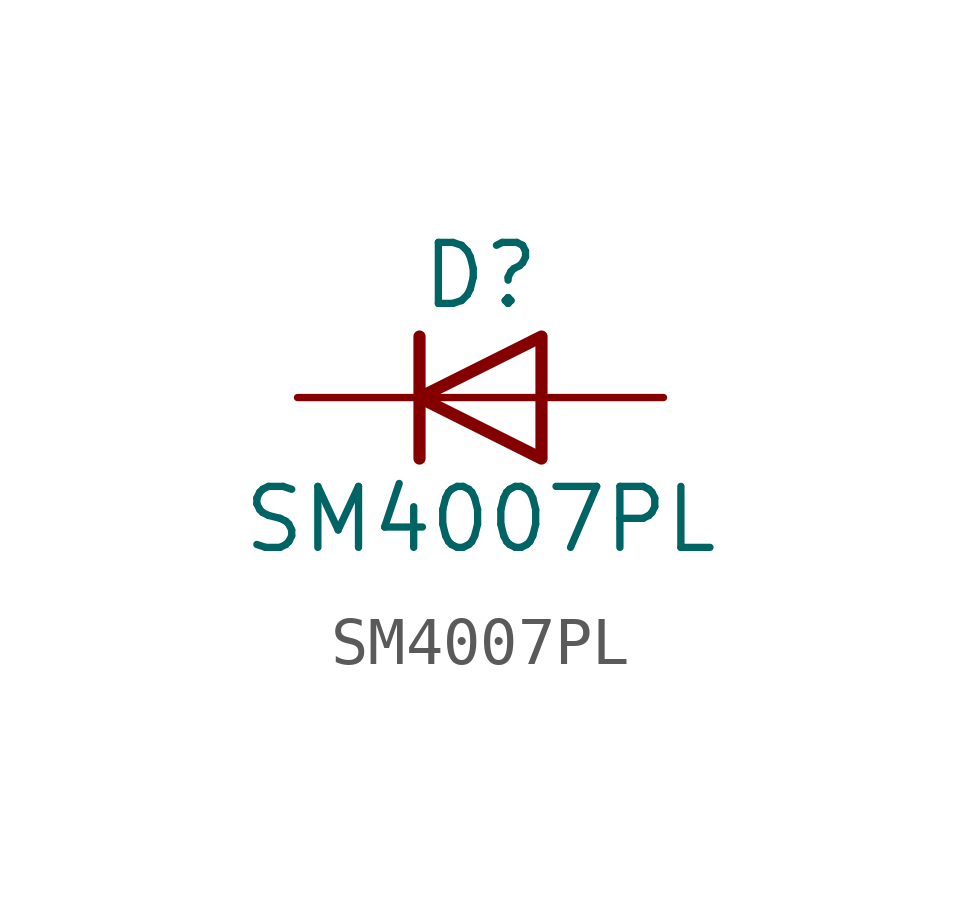
<source format=kicad_sym>
(kicad_symbol_lib
  (version 20211014)
  (symbol "SM4007PL"
    (pin_numbers
      (hide yes))
    (pin_names
      (offset 1.016)
      (hide yes))
    (property "Reference" "D"
      (at 0 2.54 0)
      (effects (font (size 1.27 1.27))))
    (property "Value" "SM4007PL"
      (at 0 -2.54 0)
      (effects (font (size 1.27 1.27))))
    (symbol "SM4007PL_0_1"
      (polyline (pts (xy -1.27 1.27) (xy -1.27 -1.27)) (stroke (width 0.254) (type default)) (fill (type none)))
      (polyline (pts (xy 1.27 1.27) (xy 1.27 -1.27) (xy -1.27 0) (xy 1.27 1.27)) (stroke (width 0.254) (type default)) (fill (type none)))
      (polyline (pts (xy 1.27 0) (xy -1.27 0)) (stroke (width 0) (type default)) (fill (type none))))
    (symbol "SM4007PL_1_1"
      (pin passive line (at -3.81 0 0) (length 2.54) (name "K" (effects (font (size 1.27 1.27)))) (number "1" (effects (font (size 1.27 1.27)))))
      (pin passive line (at 3.81 0 180) (length 2.54) (name "A" (effects (font (size 1.27 1.27)))) (number "2" (effects (font (size 1.27 1.27))))))))
</source>
